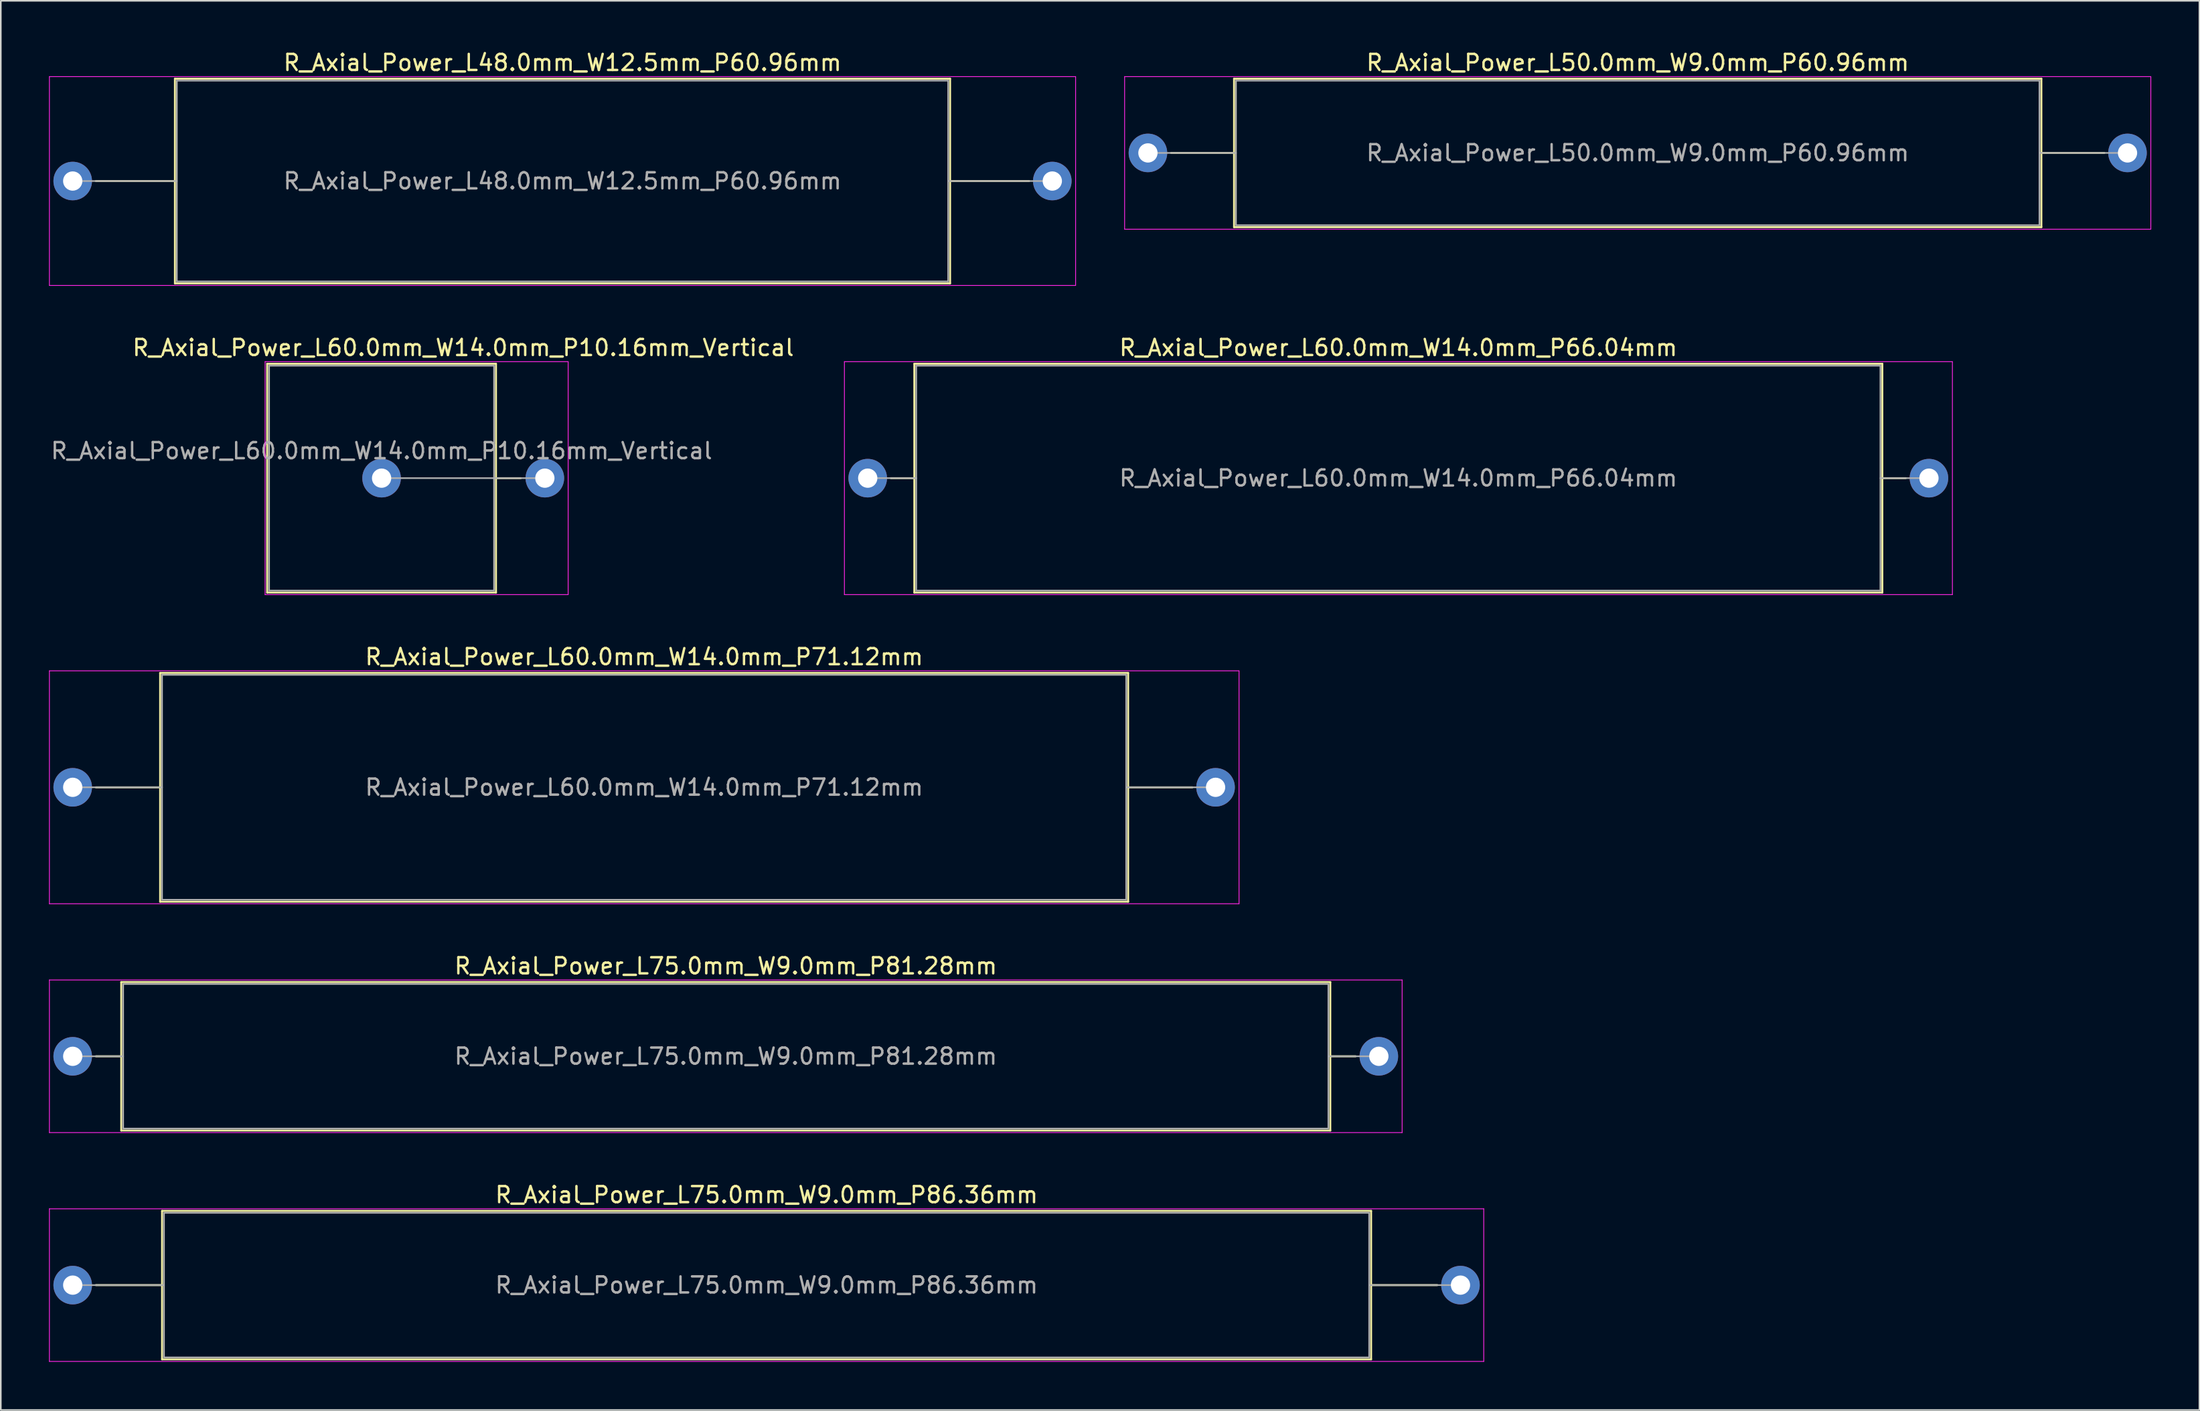
<source format=kicad_pcb>
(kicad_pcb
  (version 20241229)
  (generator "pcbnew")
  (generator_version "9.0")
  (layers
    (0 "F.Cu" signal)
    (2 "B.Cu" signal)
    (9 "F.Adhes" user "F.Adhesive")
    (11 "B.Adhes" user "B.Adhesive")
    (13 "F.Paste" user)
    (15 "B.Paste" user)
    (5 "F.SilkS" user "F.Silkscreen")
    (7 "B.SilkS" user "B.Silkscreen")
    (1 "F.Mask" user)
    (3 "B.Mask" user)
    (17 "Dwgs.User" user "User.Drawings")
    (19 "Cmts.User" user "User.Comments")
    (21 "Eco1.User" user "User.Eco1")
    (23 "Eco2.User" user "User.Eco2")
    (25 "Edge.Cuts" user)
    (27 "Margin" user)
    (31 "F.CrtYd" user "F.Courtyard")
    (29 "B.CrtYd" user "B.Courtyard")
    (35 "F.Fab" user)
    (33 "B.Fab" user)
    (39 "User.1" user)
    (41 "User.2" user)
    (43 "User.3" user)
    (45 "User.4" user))
  (footprint "R_Axial_Power_L48.0mm_W12.5mm_P60.96mm"
    (layer "F.Cu")
    (at 1.475 8.218)
    (property "Reference" "R_Axial_Power_L48.0mm_W12.5mm_P60.96mm" (at 30.48 -7.37 0) (layer "F.SilkS") (effects (font (size 1 1) (thickness 0.15))))
    (attr through_hole)
    (fp_line (start 1.44 0) (end 6.36 0) (stroke (width 0.12) (type solid)) (layer "F.SilkS"))
    (fp_line (start 6.36 -6.37) (end 6.36 6.37) (stroke (width 0.12) (type solid)) (layer "F.SilkS"))
    (fp_line (start 6.36 6.37) (end 54.6 6.37) (stroke (width 0.12) (type solid)) (layer "F.SilkS"))
    (fp_line (start 54.6 -6.37) (end 6.36 -6.37) (stroke (width 0.12) (type solid)) (layer "F.SilkS"))
    (fp_line (start 54.6 6.37) (end 54.6 -6.37) (stroke (width 0.12) (type solid)) (layer "F.SilkS"))
    (fp_line (start 59.52 0) (end 54.6 0) (stroke (width 0.12) (type solid)) (layer "F.SilkS"))
    (fp_line (start -1.45 -6.5) (end -1.45 6.5) (stroke (width 0.05) (type solid)) (layer "F.CrtYd"))
    (fp_line (start -1.45 6.5) (end 62.41 6.5) (stroke (width 0.05) (type solid)) (layer "F.CrtYd"))
    (fp_line (start 62.41 -6.5) (end -1.45 -6.5) (stroke (width 0.05) (type solid)) (layer "F.CrtYd"))
    (fp_line (start 62.41 6.5) (end 62.41 -6.5) (stroke (width 0.05) (type solid)) (layer "F.CrtYd"))
    (fp_line (start 0 0) (end 6.48 0) (stroke (width 0.1) (type solid)) (layer "F.Fab"))
    (fp_line (start 6.48 -6.25) (end 6.48 6.25) (stroke (width 0.1) (type solid)) (layer "F.Fab"))
    (fp_line (start 6.48 6.25) (end 54.48 6.25) (stroke (width 0.1) (type solid)) (layer "F.Fab"))
    (fp_line (start 54.48 -6.25) (end 6.48 -6.25) (stroke (width 0.1) (type solid)) (layer "F.Fab"))
    (fp_line (start 54.48 6.25) (end 54.48 -6.25) (stroke (width 0.1) (type solid)) (layer "F.Fab"))
    (fp_line (start 60.96 0) (end 54.48 0) (stroke (width 0.1) (type solid)) (layer "F.Fab"))
    (fp_text user "${REFERENCE}" (at 30.48 0 0) (layer "F.Fab") (effects (font (size 1 1) (thickness 0.15))))
    (pad "1" thru_hole circle (at 0 0) (size 2.4 2.4) (drill 1.2) (layers "*.Cu" "*.Mask"))
    (pad "2" thru_hole oval (at 60.96 0) (size 2.4 2.4) (drill 1.2) (layers "*.Cu" "*.Mask")))
  (footprint "R_Axial_Power_L50.0mm_W9.0mm_P60.96mm"
    (layer "F.Cu")
    (at 68.385 6.468)
    (property "Reference" "R_Axial_Power_L50.0mm_W9.0mm_P60.96mm" (at 30.48 -5.62 0) (layer "F.SilkS") (effects (font (size 1 1) (thickness 0.15))))
    (attr through_hole)
    (fp_line (start 1.44 0) (end 5.36 0) (stroke (width 0.12) (type solid)) (layer "F.SilkS"))
    (fp_line (start 5.36 -4.62) (end 5.36 4.62) (stroke (width 0.12) (type solid)) (layer "F.SilkS"))
    (fp_line (start 5.36 4.62) (end 55.6 4.62) (stroke (width 0.12) (type solid)) (layer "F.SilkS"))
    (fp_line (start 55.6 -4.62) (end 5.36 -4.62) (stroke (width 0.12) (type solid)) (layer "F.SilkS"))
    (fp_line (start 55.6 4.62) (end 55.6 -4.62) (stroke (width 0.12) (type solid)) (layer "F.SilkS"))
    (fp_line (start 59.52 0) (end 55.6 0) (stroke (width 0.12) (type solid)) (layer "F.SilkS"))
    (fp_line (start -1.45 -4.75) (end -1.45 4.75) (stroke (width 0.05) (type solid)) (layer "F.CrtYd"))
    (fp_line (start -1.45 4.75) (end 62.41 4.75) (stroke (width 0.05) (type solid)) (layer "F.CrtYd"))
    (fp_line (start 62.41 -4.75) (end -1.45 -4.75) (stroke (width 0.05) (type solid)) (layer "F.CrtYd"))
    (fp_line (start 62.41 4.75) (end 62.41 -4.75) (stroke (width 0.05) (type solid)) (layer "F.CrtYd"))
    (fp_line (start 0 0) (end 5.48 0) (stroke (width 0.1) (type solid)) (layer "F.Fab"))
    (fp_line (start 5.48 -4.5) (end 5.48 4.5) (stroke (width 0.1) (type solid)) (layer "F.Fab"))
    (fp_line (start 5.48 4.5) (end 55.48 4.5) (stroke (width 0.1) (type solid)) (layer "F.Fab"))
    (fp_line (start 55.48 -4.5) (end 5.48 -4.5) (stroke (width 0.1) (type solid)) (layer "F.Fab"))
    (fp_line (start 55.48 4.5) (end 55.48 -4.5) (stroke (width 0.1) (type solid)) (layer "F.Fab"))
    (fp_line (start 60.96 0) (end 55.48 0) (stroke (width 0.1) (type solid)) (layer "F.Fab"))
    (fp_text user "${REFERENCE}" (at 30.48 0 0) (layer "F.Fab") (effects (font (size 1 1) (thickness 0.15))))
    (pad "1" thru_hole circle (at 0 0) (size 2.4 2.4) (drill 1.2) (layers "*.Cu" "*.Mask"))
    (pad "2" thru_hole oval (at 60.96 0) (size 2.4 2.4) (drill 1.2) (layers "*.Cu" "*.Mask")))
  (footprint "R_Axial_Power_L60.0mm_W14.0mm_P71.12mm"
    (layer "F.Cu")
    (at 1.475 45.955)
    (property "Reference" "R_Axial_Power_L60.0mm_W14.0mm_P71.12mm" (at 35.56 -8.12 0) (layer "F.SilkS") (effects (font (size 1 1) (thickness 0.15))))
    (attr through_hole)
    (fp_line (start 1.44 0) (end 5.44 0) (stroke (width 0.12) (type solid)) (layer "F.SilkS"))
    (fp_line (start 5.44 -7.12) (end 5.44 7.12) (stroke (width 0.12) (type solid)) (layer "F.SilkS"))
    (fp_line (start 5.44 7.12) (end 65.68 7.12) (stroke (width 0.12) (type solid)) (layer "F.SilkS"))
    (fp_line (start 65.68 -7.12) (end 5.44 -7.12) (stroke (width 0.12) (type solid)) (layer "F.SilkS"))
    (fp_line (start 65.68 7.12) (end 65.68 -7.12) (stroke (width 0.12) (type solid)) (layer "F.SilkS"))
    (fp_line (start 69.68 0) (end 65.68 0) (stroke (width 0.12) (type solid)) (layer "F.SilkS"))
    (fp_line (start -1.45 -7.25) (end -1.45 7.25) (stroke (width 0.05) (type solid)) (layer "F.CrtYd"))
    (fp_line (start -1.45 7.25) (end 72.58 7.25) (stroke (width 0.05) (type solid)) (layer "F.CrtYd"))
    (fp_line (start 72.58 -7.25) (end -1.45 -7.25) (stroke (width 0.05) (type solid)) (layer "F.CrtYd"))
    (fp_line (start 72.58 7.25) (end 72.58 -7.25) (stroke (width 0.05) (type solid)) (layer "F.CrtYd"))
    (fp_line (start 0 0) (end 5.56 0) (stroke (width 0.1) (type solid)) (layer "F.Fab"))
    (fp_line (start 5.56 -7) (end 5.56 7) (stroke (width 0.1) (type solid)) (layer "F.Fab"))
    (fp_line (start 5.56 7) (end 65.56 7) (stroke (width 0.1) (type solid)) (layer "F.Fab"))
    (fp_line (start 65.56 -7) (end 5.56 -7) (stroke (width 0.1) (type solid)) (layer "F.Fab"))
    (fp_line (start 65.56 7) (end 65.56 -7) (stroke (width 0.1) (type solid)) (layer "F.Fab"))
    (fp_line (start 71.12 0) (end 65.56 0) (stroke (width 0.1) (type solid)) (layer "F.Fab"))
    (fp_text user "${REFERENCE}" (at 35.56 0 0) (layer "F.Fab") (effects (font (size 1 1) (thickness 0.15))))
    (pad "1" thru_hole circle (at 0 0) (size 2.4 2.4) (drill 1.2) (layers "*.Cu" "*.Mask"))
    (pad "2" thru_hole oval (at 71.12 0) (size 2.4 2.4) (drill 1.2) (layers "*.Cu" "*.Mask")))
  (footprint "R_Axial_Power_L75.0mm_W9.0mm_P86.36mm"
    (layer "F.Cu")
    (at 1.475 76.941)
    (property "Reference" "R_Axial_Power_L75.0mm_W9.0mm_P86.36mm" (at 43.18 -5.62 0) (layer "F.SilkS") (effects (font (size 1 1) (thickness 0.15))))
    (attr through_hole)
    (fp_line (start 1.44 0) (end 5.56 0) (stroke (width 0.12) (type solid)) (layer "F.SilkS"))
    (fp_line (start 5.56 -4.62) (end 5.56 4.62) (stroke (width 0.12) (type solid)) (layer "F.SilkS"))
    (fp_line (start 5.56 4.62) (end 80.8 4.62) (stroke (width 0.12) (type solid)) (layer "F.SilkS"))
    (fp_line (start 80.8 -4.62) (end 5.56 -4.62) (stroke (width 0.12) (type solid)) (layer "F.SilkS"))
    (fp_line (start 80.8 4.62) (end 80.8 -4.62) (stroke (width 0.12) (type solid)) (layer "F.SilkS"))
    (fp_line (start 84.92 0) (end 80.8 0) (stroke (width 0.12) (type solid)) (layer "F.SilkS"))
    (fp_line (start -1.45 -4.75) (end -1.45 4.75) (stroke (width 0.05) (type solid)) (layer "F.CrtYd"))
    (fp_line (start -1.45 4.75) (end 87.81 4.75) (stroke (width 0.05) (type solid)) (layer "F.CrtYd"))
    (fp_line (start 87.81 -4.75) (end -1.45 -4.75) (stroke (width 0.05) (type solid)) (layer "F.CrtYd"))
    (fp_line (start 87.81 4.75) (end 87.81 -4.75) (stroke (width 0.05) (type solid)) (layer "F.CrtYd"))
    (fp_line (start 0 0) (end 5.68 0) (stroke (width 0.1) (type solid)) (layer "F.Fab"))
    (fp_line (start 5.68 -4.5) (end 5.68 4.5) (stroke (width 0.1) (type solid)) (layer "F.Fab"))
    (fp_line (start 5.68 4.5) (end 80.68 4.5) (stroke (width 0.1) (type solid)) (layer "F.Fab"))
    (fp_line (start 80.68 -4.5) (end 5.68 -4.5) (stroke (width 0.1) (type solid)) (layer "F.Fab"))
    (fp_line (start 80.68 4.5) (end 80.68 -4.5) (stroke (width 0.1) (type solid)) (layer "F.Fab"))
    (fp_line (start 86.36 0) (end 80.68 0) (stroke (width 0.1) (type solid)) (layer "F.Fab"))
    (fp_text user "${REFERENCE}" (at 43.18 0 0) (layer "F.Fab") (effects (font (size 1 1) (thickness 0.15))))
    (pad "1" thru_hole circle (at 0 0) (size 2.4 2.4) (drill 1.2) (layers "*.Cu" "*.Mask"))
    (pad "2" thru_hole oval (at 86.36 0) (size 2.4 2.4) (drill 1.2) (layers "*.Cu" "*.Mask")))
  (footprint "R_Axial_Power_L60.0mm_W14.0mm_P66.04mm"
    (layer "F.Cu")
    (at 50.948 26.712)
    (property "Reference" "R_Axial_Power_L60.0mm_W14.0mm_P66.04mm" (at 33.02 -8.12 0) (layer "F.SilkS") (effects (font (size 1 1) (thickness 0.15))))
    (attr through_hole)
    (fp_line (start 1.44 0) (end 2.9 0) (stroke (width 0.12) (type solid)) (layer "F.SilkS"))
    (fp_line (start 2.9 -7.12) (end 2.9 7.12) (stroke (width 0.12) (type solid)) (layer "F.SilkS"))
    (fp_line (start 2.9 7.12) (end 63.14 7.12) (stroke (width 0.12) (type solid)) (layer "F.SilkS"))
    (fp_line (start 63.14 -7.12) (end 2.9 -7.12) (stroke (width 0.12) (type solid)) (layer "F.SilkS"))
    (fp_line (start 63.14 7.12) (end 63.14 -7.12) (stroke (width 0.12) (type solid)) (layer "F.SilkS"))
    (fp_line (start 64.6 0) (end 63.14 0) (stroke (width 0.12) (type solid)) (layer "F.SilkS"))
    (fp_line (start -1.45 -7.25) (end -1.45 7.25) (stroke (width 0.05) (type solid)) (layer "F.CrtYd"))
    (fp_line (start -1.45 7.25) (end 67.5 7.25) (stroke (width 0.05) (type solid)) (layer "F.CrtYd"))
    (fp_line (start 67.5 -7.25) (end -1.45 -7.25) (stroke (width 0.05) (type solid)) (layer "F.CrtYd"))
    (fp_line (start 67.5 7.25) (end 67.5 -7.25) (stroke (width 0.05) (type solid)) (layer "F.CrtYd"))
    (fp_line (start 0 0) (end 3.02 0) (stroke (width 0.1) (type solid)) (layer "F.Fab"))
    (fp_line (start 3.02 -7) (end 3.02 7) (stroke (width 0.1) (type solid)) (layer "F.Fab"))
    (fp_line (start 3.02 7) (end 63.02 7) (stroke (width 0.1) (type solid)) (layer "F.Fab"))
    (fp_line (start 63.02 -7) (end 3.02 -7) (stroke (width 0.1) (type solid)) (layer "F.Fab"))
    (fp_line (start 63.02 7) (end 63.02 -7) (stroke (width 0.1) (type solid)) (layer "F.Fab"))
    (fp_line (start 66.04 0) (end 63.02 0) (stroke (width 0.1) (type solid)) (layer "F.Fab"))
    (fp_text user "${REFERENCE}" (at 33.02 0 0) (layer "F.Fab") (effects (font (size 1 1) (thickness 0.15))))
    (pad "1" thru_hole circle (at 0 0) (size 2.4 2.4) (drill 1.2) (layers "*.Cu" "*.Mask"))
    (pad "2" thru_hole oval (at 66.04 0) (size 2.4 2.4) (drill 1.2) (layers "*.Cu" "*.Mask")))
  (footprint "R_Axial_Power_L75.0mm_W9.0mm_P81.28mm"
    (layer "F.Cu")
    (at 1.475 62.698)
    (property "Reference" "R_Axial_Power_L75.0mm_W9.0mm_P81.28mm" (at 40.64 -5.62 0) (layer "F.SilkS") (effects (font (size 1 1) (thickness 0.15))))
    (attr through_hole)
    (fp_line (start 1.44 0) (end 3.02 0) (stroke (width 0.12) (type solid)) (layer "F.SilkS"))
    (fp_line (start 3.02 -4.62) (end 3.02 4.62) (stroke (width 0.12) (type solid)) (layer "F.SilkS"))
    (fp_line (start 3.02 4.62) (end 78.26 4.62) (stroke (width 0.12) (type solid)) (layer "F.SilkS"))
    (fp_line (start 78.26 -4.62) (end 3.02 -4.62) (stroke (width 0.12) (type solid)) (layer "F.SilkS"))
    (fp_line (start 78.26 4.62) (end 78.26 -4.62) (stroke (width 0.12) (type solid)) (layer "F.SilkS"))
    (fp_line (start 79.84 0) (end 78.26 0) (stroke (width 0.12) (type solid)) (layer "F.SilkS"))
    (fp_line (start -1.45 -4.75) (end -1.45 4.75) (stroke (width 0.05) (type solid)) (layer "F.CrtYd"))
    (fp_line (start -1.45 4.75) (end 82.73 4.75) (stroke (width 0.05) (type solid)) (layer "F.CrtYd"))
    (fp_line (start 82.73 -4.75) (end -1.45 -4.75) (stroke (width 0.05) (type solid)) (layer "F.CrtYd"))
    (fp_line (start 82.73 4.75) (end 82.73 -4.75) (stroke (width 0.05) (type solid)) (layer "F.CrtYd"))
    (fp_line (start 0 0) (end 3.14 0) (stroke (width 0.1) (type solid)) (layer "F.Fab"))
    (fp_line (start 3.14 -4.5) (end 3.14 4.5) (stroke (width 0.1) (type solid)) (layer "F.Fab"))
    (fp_line (start 3.14 4.5) (end 78.14 4.5) (stroke (width 0.1) (type solid)) (layer "F.Fab"))
    (fp_line (start 78.14 -4.5) (end 3.14 -4.5) (stroke (width 0.1) (type solid)) (layer "F.Fab"))
    (fp_line (start 78.14 4.5) (end 78.14 -4.5) (stroke (width 0.1) (type solid)) (layer "F.Fab"))
    (fp_line (start 81.28 0) (end 78.14 0) (stroke (width 0.1) (type solid)) (layer "F.Fab"))
    (fp_text user "${REFERENCE}" (at 40.64 0 0) (layer "F.Fab") (effects (font (size 1 1) (thickness 0.15))))
    (pad "1" thru_hole circle (at 0 0) (size 2.4 2.4) (drill 1.2) (layers "*.Cu" "*.Mask"))
    (pad "2" thru_hole oval (at 81.28 0) (size 2.4 2.4) (drill 1.2) (layers "*.Cu" "*.Mask")))
  (footprint "R_Axial_Power_L60.0mm_W14.0mm_P10.16mm_Vertical"
    (layer "F.Cu")
    (at 20.696 26.712)
    (property "Reference" "R_Axial_Power_L60.0mm_W14.0mm_P10.16mm_Vertical" (at 5.08 -8.12 0) (layer "F.SilkS") (effects (font (size 1 1) (thickness 0.15))))
    (attr through_hole)
    (fp_line (start -7.12 -7.12) (end -7.12 7.12) (stroke (width 0.12) (type solid)) (layer "F.SilkS"))
    (fp_line (start -7.12 7.12) (end 7.12 7.12) (stroke (width 0.12) (type solid)) (layer "F.SilkS"))
    (fp_line (start 7.12 -7.12) (end -7.12 -7.12) (stroke (width 0.12) (type solid)) (layer "F.SilkS"))
    (fp_line (start 7.12 0) (end 8.66 0) (stroke (width 0.12) (type solid)) (layer "F.SilkS"))
    (fp_line (start 7.12 7.12) (end 7.12 -7.12) (stroke (width 0.12) (type solid)) (layer "F.SilkS"))
    (fp_line (start -7.25 -7.25) (end -7.25 7.25) (stroke (width 0.05) (type solid)) (layer "F.CrtYd"))
    (fp_line (start -7.25 7.25) (end 11.61 7.25) (stroke (width 0.05) (type solid)) (layer "F.CrtYd"))
    (fp_line (start 11.61 -7.25) (end -7.25 -7.25) (stroke (width 0.05) (type solid)) (layer "F.CrtYd"))
    (fp_line (start 11.61 7.25) (end 11.61 -7.25) (stroke (width 0.05) (type solid)) (layer "F.CrtYd"))
    (fp_line (start -7 -7) (end -7 7) (stroke (width 0.1) (type solid)) (layer "F.Fab"))
    (fp_line (start -7 7) (end 7 7) (stroke (width 0.1) (type solid)) (layer "F.Fab"))
    (fp_line (start 0 0) (end 10.16 0) (stroke (width 0.1) (type solid)) (layer "F.Fab"))
    (fp_line (start 7 -7) (end -7 -7) (stroke (width 0.1) (type solid)) (layer "F.Fab"))
    (fp_line (start 7 7) (end 7 -7) (stroke (width 0.1) (type solid)) (layer "F.Fab"))
    (fp_text user "${REFERENCE}" (at 0 -1.7 0) (layer "F.Fab") (effects (font (size 1 1) (thickness 0.15))))
    (pad "1" thru_hole circle (at 0 0) (size 2.4 2.4) (drill 1.2) (layers "*.Cu" "*.Mask"))
    (pad "2" thru_hole oval (at 10.16 0) (size 2.4 2.4) (drill 1.2) (layers "*.Cu" "*.Mask")))
  (gr_rect
    (start -3 -3)
    (end 133.82 84.716)
    (stroke (width 0.1) (type default))
    (fill no)
    (layer "Edge.Cuts")))
</source>
